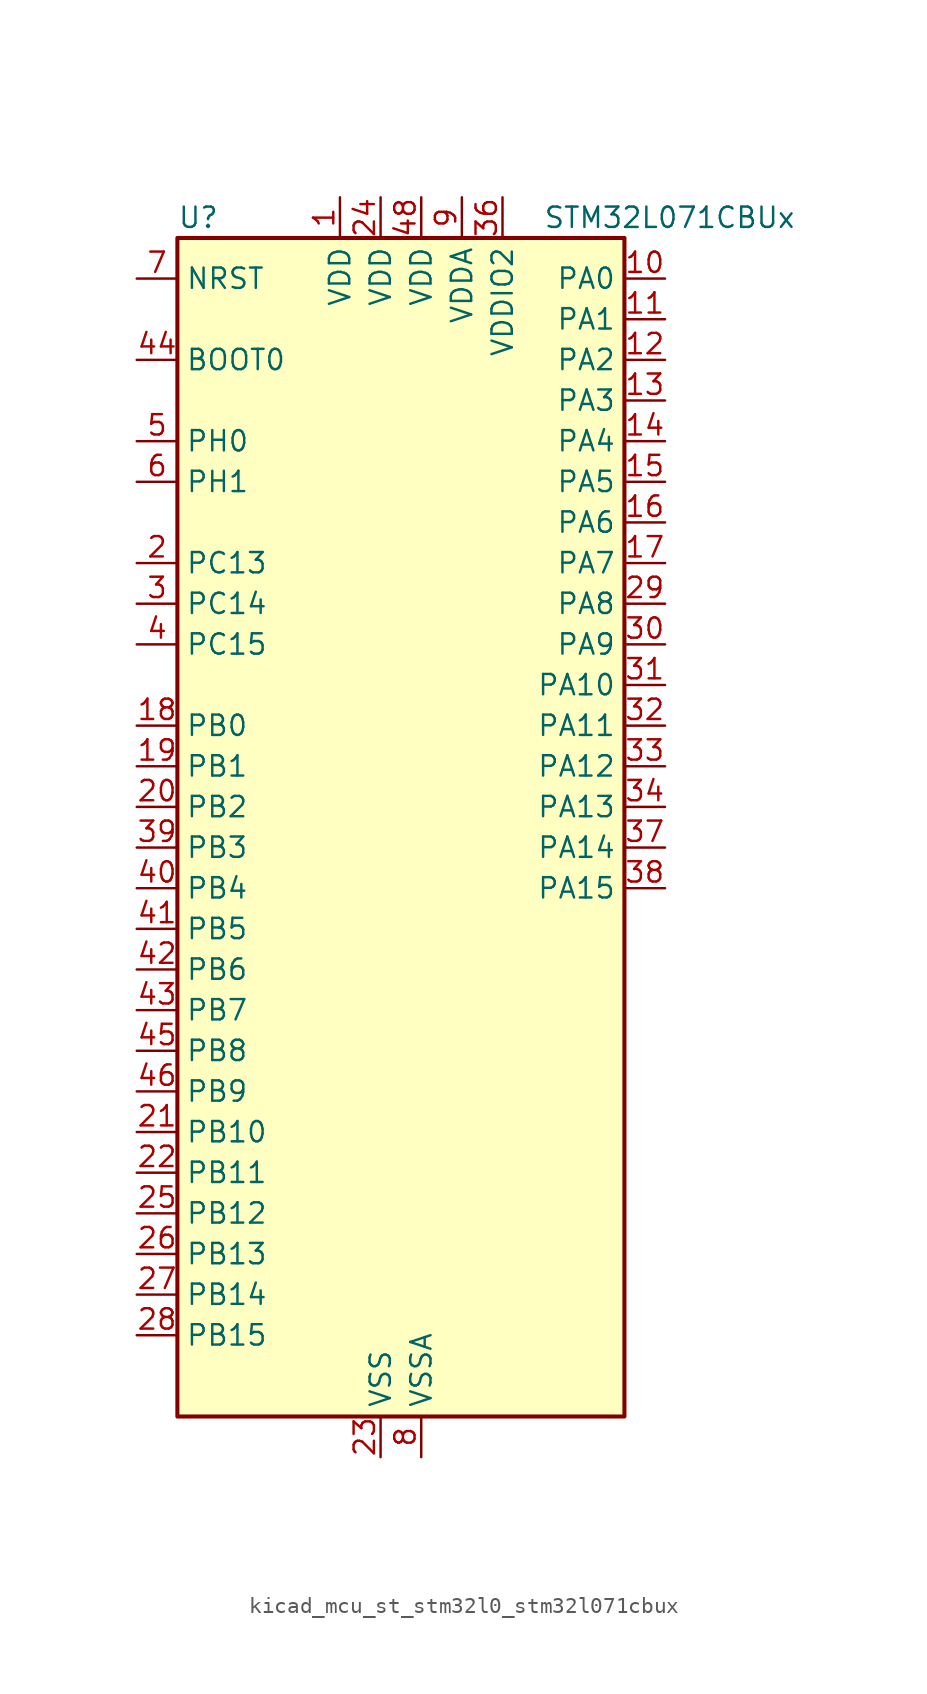
<source format=kicad_sym>
(kicad_symbol_lib
  (version 20220914)
  (generator kicad_symbol_editor)
  (symbol "kicad_mcu_st_stm32l0_stm32l071cbux"
    (property "Reference" "U"
      (at -12.7 39.37 0)
      (effects (font (size 1.27 1.27)) (justify left)))
    (property "Value" "STM32L071CBUx"
      (at 10.16 39.37 0)
      (effects (font (size 1.27 1.27)) (justify left)))
    (property "ki_locked" ""
      (at 0 0 0)
      (effects (font (size 1.27 1.27))))
    (symbol "kicad_mcu_st_stm32l0_stm32l071cbux_0_1"
      (rectangle (start -12.7 -35.56) (end 15.24 38.1) (stroke (width 0.254) (type default)) (fill (type background))))
    (symbol "kicad_mcu_st_stm32l0_stm32l071cbux_1_1"
      (pin power_in line (at -2.54 40.64 270) (length 2.54) (name "VDD" (effects (font (size 1.27 1.27)))) (number "1" (effects (font (size 1.27 1.27)))))
      (pin bidirectional line (at 17.78 35.56 180) (length 2.54) (name "PA0" (effects (font (size 1.27 1.27)))) (number "10" (effects (font (size 1.27 1.27)))) (alternate "ADC_IN0" bidirectional line) (alternate "COMP1_INM" bidirectional line) (alternate "COMP1_OUT" bidirectional line) (alternate "RTC_TAMP2" bidirectional line) (alternate "SYS_WKUP1" bidirectional line) (alternate "TIM2_CH1" bidirectional line) (alternate "TIM2_ETR" bidirectional line) (alternate "USART2_CTS" bidirectional line) (alternate "USART4_TX" bidirectional line))
      (pin bidirectional line (at 17.78 33.02 180) (length 2.54) (name "PA1" (effects (font (size 1.27 1.27)))) (number "11" (effects (font (size 1.27 1.27)))) (alternate "ADC_IN1" bidirectional line) (alternate "COMP1_INP" bidirectional line) (alternate "TIM21_ETR" bidirectional line) (alternate "TIM2_CH2" bidirectional line) (alternate "USART2_DE" bidirectional line) (alternate "USART2_RTS" bidirectional line) (alternate "USART4_RX" bidirectional line))
      (pin bidirectional line (at 17.78 30.48 180) (length 2.54) (name "PA2" (effects (font (size 1.27 1.27)))) (number "12" (effects (font (size 1.27 1.27)))) (alternate "ADC_IN2" bidirectional line) (alternate "COMP2_INM" bidirectional line) (alternate "COMP2_OUT" bidirectional line) (alternate "LPUART1_TX" bidirectional line) (alternate "TIM21_CH1" bidirectional line) (alternate "TIM2_CH3" bidirectional line) (alternate "USART2_TX" bidirectional line))
      (pin bidirectional line (at 17.78 27.94 180) (length 2.54) (name "PA3" (effects (font (size 1.27 1.27)))) (number "13" (effects (font (size 1.27 1.27)))) (alternate "ADC_IN3" bidirectional line) (alternate "COMP2_INP" bidirectional line) (alternate "LPUART1_RX" bidirectional line) (alternate "TIM21_CH2" bidirectional line) (alternate "TIM2_CH4" bidirectional line) (alternate "USART2_RX" bidirectional line))
      (pin bidirectional line (at 17.78 25.4 180) (length 2.54) (name "PA4" (effects (font (size 1.27 1.27)))) (number "14" (effects (font (size 1.27 1.27)))) (alternate "ADC_IN4" bidirectional line) (alternate "COMP1_INM" bidirectional line) (alternate "COMP2_INM" bidirectional line) (alternate "SPI1_NSS" bidirectional line) (alternate "TIM22_ETR" bidirectional line) (alternate "USART2_CK" bidirectional line))
      (pin bidirectional line (at 17.78 22.86 180) (length 2.54) (name "PA5" (effects (font (size 1.27 1.27)))) (number "15" (effects (font (size 1.27 1.27)))) (alternate "ADC_IN5" bidirectional line) (alternate "COMP1_INM" bidirectional line) (alternate "COMP2_INM" bidirectional line) (alternate "SPI1_SCK" bidirectional line) (alternate "TIM2_CH1" bidirectional line) (alternate "TIM2_ETR" bidirectional line))
      (pin bidirectional line (at 17.78 20.32 180) (length 2.54) (name "PA6" (effects (font (size 1.27 1.27)))) (number "16" (effects (font (size 1.27 1.27)))) (alternate "ADC_IN6" bidirectional line) (alternate "COMP1_OUT" bidirectional line) (alternate "LPUART1_CTS" bidirectional line) (alternate "SPI1_MISO" bidirectional line) (alternate "TIM22_CH1" bidirectional line) (alternate "TIM3_CH1" bidirectional line))
      (pin bidirectional line (at 17.78 17.78 180) (length 2.54) (name "PA7" (effects (font (size 1.27 1.27)))) (number "17" (effects (font (size 1.27 1.27)))) (alternate "ADC_IN7" bidirectional line) (alternate "COMP2_OUT" bidirectional line) (alternate "SPI1_MOSI" bidirectional line) (alternate "TIM22_CH2" bidirectional line) (alternate "TIM3_CH2" bidirectional line))
      (pin bidirectional line (at -15.24 7.62 0) (length 2.54) (name "PB0" (effects (font (size 1.27 1.27)))) (number "18" (effects (font (size 1.27 1.27)))) (alternate "ADC_IN8" bidirectional line) (alternate "SYS_VREF_OUT_PB0" bidirectional line) (alternate "TIM3_CH3" bidirectional line))
      (pin bidirectional line (at -15.24 5.08 0) (length 2.54) (name "PB1" (effects (font (size 1.27 1.27)))) (number "19" (effects (font (size 1.27 1.27)))) (alternate "ADC_IN9" bidirectional line) (alternate "LPUART1_DE" bidirectional line) (alternate "LPUART1_RTS" bidirectional line) (alternate "SYS_VREF_OUT_PB1" bidirectional line) (alternate "TIM3_CH4" bidirectional line))
      (pin bidirectional line (at -15.24 17.78 0) (length 2.54) (name "PC13" (effects (font (size 1.27 1.27)))) (number "2" (effects (font (size 1.27 1.27)))) (alternate "RTC_OUT_ALARM" bidirectional line) (alternate "RTC_OUT_CALIB" bidirectional line) (alternate "RTC_TAMP1" bidirectional line) (alternate "RTC_TS" bidirectional line) (alternate "SYS_WKUP2" bidirectional line))
      (pin bidirectional line (at -15.24 2.54 0) (length 2.54) (name "PB2" (effects (font (size 1.27 1.27)))) (number "20" (effects (font (size 1.27 1.27)))) (alternate "I2C3_SMBA" bidirectional line) (alternate "LPTIM1_OUT" bidirectional line))
      (pin bidirectional line (at -15.24 -17.78 0) (length 2.54) (name "PB10" (effects (font (size 1.27 1.27)))) (number "21" (effects (font (size 1.27 1.27)))) (alternate "I2C2_SCL" bidirectional line) (alternate "LPUART1_RX" bidirectional line) (alternate "LPUART1_TX" bidirectional line) (alternate "SPI2_SCK" bidirectional line) (alternate "TIM2_CH3" bidirectional line))
      (pin bidirectional line (at -15.24 -20.32 0) (length 2.54) (name "PB11" (effects (font (size 1.27 1.27)))) (number "22" (effects (font (size 1.27 1.27)))) (alternate "ADC_EXTI11" bidirectional line) (alternate "I2C2_SDA" bidirectional line) (alternate "LPUART1_RX" bidirectional line) (alternate "LPUART1_TX" bidirectional line) (alternate "TIM2_CH4" bidirectional line))
      (pin power_in line (at 0 -38.1 90) (length 2.54) (name "VSS" (effects (font (size 1.27 1.27)))) (number "23" (effects (font (size 1.27 1.27)))))
      (pin power_in line (at 0 40.64 270) (length 2.54) (name "VDD" (effects (font (size 1.27 1.27)))) (number "24" (effects (font (size 1.27 1.27)))))
      (pin bidirectional line (at -15.24 -22.86 0) (length 2.54) (name "PB12" (effects (font (size 1.27 1.27)))) (number "25" (effects (font (size 1.27 1.27)))) (alternate "I2S2_WS" bidirectional line) (alternate "LPUART1_DE" bidirectional line) (alternate "LPUART1_RTS" bidirectional line) (alternate "SPI2_NSS" bidirectional line))
      (pin bidirectional line (at -15.24 -25.4 0) (length 2.54) (name "PB13" (effects (font (size 1.27 1.27)))) (number "26" (effects (font (size 1.27 1.27)))) (alternate "I2C2_SCL" bidirectional line) (alternate "I2S2_CK" bidirectional line) (alternate "LPUART1_CTS" bidirectional line) (alternate "RCC_MCO" bidirectional line) (alternate "SPI2_SCK" bidirectional line) (alternate "TIM21_CH1" bidirectional line))
      (pin bidirectional line (at -15.24 -27.94 0) (length 2.54) (name "PB14" (effects (font (size 1.27 1.27)))) (number "27" (effects (font (size 1.27 1.27)))) (alternate "I2C2_SDA" bidirectional line) (alternate "I2S2_MCK" bidirectional line) (alternate "LPUART1_DE" bidirectional line) (alternate "LPUART1_RTS" bidirectional line) (alternate "RTC_OUT_ALARM" bidirectional line) (alternate "RTC_OUT_CALIB" bidirectional line) (alternate "SPI2_MISO" bidirectional line) (alternate "TIM21_CH2" bidirectional line))
      (pin bidirectional line (at -15.24 -30.48 0) (length 2.54) (name "PB15" (effects (font (size 1.27 1.27)))) (number "28" (effects (font (size 1.27 1.27)))) (alternate "I2S2_SD" bidirectional line) (alternate "RTC_REFIN" bidirectional line) (alternate "SPI2_MOSI" bidirectional line))
      (pin bidirectional line (at 17.78 15.24 180) (length 2.54) (name "PA8" (effects (font (size 1.27 1.27)))) (number "29" (effects (font (size 1.27 1.27)))) (alternate "I2C3_SCL" bidirectional line) (alternate "RCC_MCO" bidirectional line) (alternate "USART1_CK" bidirectional line))
      (pin bidirectional line (at -15.24 15.24 0) (length 2.54) (name "PC14" (effects (font (size 1.27 1.27)))) (number "3" (effects (font (size 1.27 1.27)))) (alternate "RCC_OSC32_IN" bidirectional line))
      (pin bidirectional line (at 17.78 12.7 180) (length 2.54) (name "PA9" (effects (font (size 1.27 1.27)))) (number "30" (effects (font (size 1.27 1.27)))) (alternate "I2C1_SCL" bidirectional line) (alternate "I2C3_SMBA" bidirectional line) (alternate "RCC_MCO" bidirectional line) (alternate "USART1_TX" bidirectional line))
      (pin bidirectional line (at 17.78 10.16 180) (length 2.54) (name "PA10" (effects (font (size 1.27 1.27)))) (number "31" (effects (font (size 1.27 1.27)))) (alternate "I2C1_SDA" bidirectional line) (alternate "USART1_RX" bidirectional line))
      (pin bidirectional line (at 17.78 7.62 180) (length 2.54) (name "PA11" (effects (font (size 1.27 1.27)))) (number "32" (effects (font (size 1.27 1.27)))) (alternate "ADC_EXTI11" bidirectional line) (alternate "COMP1_OUT" bidirectional line) (alternate "SPI1_MISO" bidirectional line) (alternate "USART1_CTS" bidirectional line))
      (pin bidirectional line (at 17.78 5.08 180) (length 2.54) (name "PA12" (effects (font (size 1.27 1.27)))) (number "33" (effects (font (size 1.27 1.27)))) (alternate "COMP2_OUT" bidirectional line) (alternate "SPI1_MOSI" bidirectional line) (alternate "USART1_DE" bidirectional line) (alternate "USART1_RTS" bidirectional line))
      (pin bidirectional line (at 17.78 2.54 180) (length 2.54) (name "PA13" (effects (font (size 1.27 1.27)))) (number "34" (effects (font (size 1.27 1.27)))) (alternate "LPUART1_RX" bidirectional line) (alternate "SYS_SWDIO" bidirectional line))
      (pin passive line (at 0 -38.1 90) (length 2.54) hide (name "VSS" (effects (font (size 1.27 1.27)))) (number "35" (effects (font (size 1.27 1.27)))))
      (pin power_in line (at 7.62 40.64 270) (length 2.54) (name "VDDIO2" (effects (font (size 1.27 1.27)))) (number "36" (effects (font (size 1.27 1.27)))))
      (pin bidirectional line (at 17.78 0 180) (length 2.54) (name "PA14" (effects (font (size 1.27 1.27)))) (number "37" (effects (font (size 1.27 1.27)))) (alternate "LPUART1_TX" bidirectional line) (alternate "SYS_SWCLK" bidirectional line) (alternate "USART2_TX" bidirectional line))
      (pin bidirectional line (at 17.78 -2.54 180) (length 2.54) (name "PA15" (effects (font (size 1.27 1.27)))) (number "38" (effects (font (size 1.27 1.27)))) (alternate "SPI1_NSS" bidirectional line) (alternate "TIM2_CH1" bidirectional line) (alternate "TIM2_ETR" bidirectional line) (alternate "USART2_RX" bidirectional line) (alternate "USART4_DE" bidirectional line) (alternate "USART4_RTS" bidirectional line))
      (pin bidirectional line (at -15.24 0 0) (length 2.54) (name "PB3" (effects (font (size 1.27 1.27)))) (number "39" (effects (font (size 1.27 1.27)))) (alternate "COMP2_INM" bidirectional line) (alternate "SPI1_SCK" bidirectional line) (alternate "TIM2_CH2" bidirectional line) (alternate "USART1_DE" bidirectional line) (alternate "USART1_RTS" bidirectional line) (alternate "USART5_TX" bidirectional line))
      (pin bidirectional line (at -15.24 12.7 0) (length 2.54) (name "PC15" (effects (font (size 1.27 1.27)))) (number "4" (effects (font (size 1.27 1.27)))) (alternate "RCC_OSC32_OUT" bidirectional line))
      (pin bidirectional line (at -15.24 -2.54 0) (length 2.54) (name "PB4" (effects (font (size 1.27 1.27)))) (number "40" (effects (font (size 1.27 1.27)))) (alternate "COMP2_INP" bidirectional line) (alternate "I2C3_SDA" bidirectional line) (alternate "SPI1_MISO" bidirectional line) (alternate "TIM22_CH1" bidirectional line) (alternate "TIM3_CH1" bidirectional line) (alternate "USART1_CTS" bidirectional line) (alternate "USART5_RX" bidirectional line))
      (pin bidirectional line (at -15.24 -5.08 0) (length 2.54) (name "PB5" (effects (font (size 1.27 1.27)))) (number "41" (effects (font (size 1.27 1.27)))) (alternate "COMP2_INP" bidirectional line) (alternate "I2C1_SMBA" bidirectional line) (alternate "LPTIM1_IN1" bidirectional line) (alternate "SPI1_MOSI" bidirectional line) (alternate "TIM22_CH2" bidirectional line) (alternate "TIM3_CH2" bidirectional line) (alternate "USART1_CK" bidirectional line) (alternate "USART5_CK" bidirectional line) (alternate "USART5_DE" bidirectional line) (alternate "USART5_RTS" bidirectional line))
      (pin bidirectional line (at -15.24 -7.62 0) (length 2.54) (name "PB6" (effects (font (size 1.27 1.27)))) (number "42" (effects (font (size 1.27 1.27)))) (alternate "COMP2_INP" bidirectional line) (alternate "I2C1_SCL" bidirectional line) (alternate "LPTIM1_ETR" bidirectional line) (alternate "USART1_TX" bidirectional line))
      (pin bidirectional line (at -15.24 -10.16 0) (length 2.54) (name "PB7" (effects (font (size 1.27 1.27)))) (number "43" (effects (font (size 1.27 1.27)))) (alternate "COMP2_INP" bidirectional line) (alternate "I2C1_SDA" bidirectional line) (alternate "LPTIM1_IN2" bidirectional line) (alternate "SYS_PVD_IN" bidirectional line) (alternate "USART1_RX" bidirectional line) (alternate "USART4_CTS" bidirectional line))
      (pin input line (at -15.24 30.48 0) (length 2.54) (name "BOOT0" (effects (font (size 1.27 1.27)))) (number "44" (effects (font (size 1.27 1.27)))))
      (pin bidirectional line (at -15.24 -12.7 0) (length 2.54) (name "PB8" (effects (font (size 1.27 1.27)))) (number "45" (effects (font (size 1.27 1.27)))) (alternate "I2C1_SCL" bidirectional line))
      (pin bidirectional line (at -15.24 -15.24 0) (length 2.54) (name "PB9" (effects (font (size 1.27 1.27)))) (number "46" (effects (font (size 1.27 1.27)))) (alternate "I2C1_SDA" bidirectional line) (alternate "I2S2_WS" bidirectional line) (alternate "SPI2_NSS" bidirectional line))
      (pin passive line (at 0 -38.1 90) (length 2.54) hide (name "VSS" (effects (font (size 1.27 1.27)))) (number "47" (effects (font (size 1.27 1.27)))))
      (pin power_in line (at 2.54 40.64 270) (length 2.54) (name "VDD" (effects (font (size 1.27 1.27)))) (number "48" (effects (font (size 1.27 1.27)))))
      (pin passive line (at 0 -38.1 90) (length 2.54) hide (name "VSS" (effects (font (size 1.27 1.27)))) (number "49" (effects (font (size 1.27 1.27)))))
      (pin bidirectional line (at -15.24 25.4 0) (length 2.54) (name "PH0" (effects (font (size 1.27 1.27)))) (number "5" (effects (font (size 1.27 1.27)))) (alternate "RCC_OSC_IN" bidirectional line))
      (pin bidirectional line (at -15.24 22.86 0) (length 2.54) (name "PH1" (effects (font (size 1.27 1.27)))) (number "6" (effects (font (size 1.27 1.27)))) (alternate "RCC_OSC_OUT" bidirectional line))
      (pin input line (at -15.24 35.56 0) (length 2.54) (name "NRST" (effects (font (size 1.27 1.27)))) (number "7" (effects (font (size 1.27 1.27)))))
      (pin power_in line (at 2.54 -38.1 90) (length 2.54) (name "VSSA" (effects (font (size 1.27 1.27)))) (number "8" (effects (font (size 1.27 1.27)))))
      (pin power_in line (at 5.08 40.64 270) (length 2.54) (name "VDDA" (effects (font (size 1.27 1.27)))) (number "9" (effects (font (size 1.27 1.27))))))))
</source>
